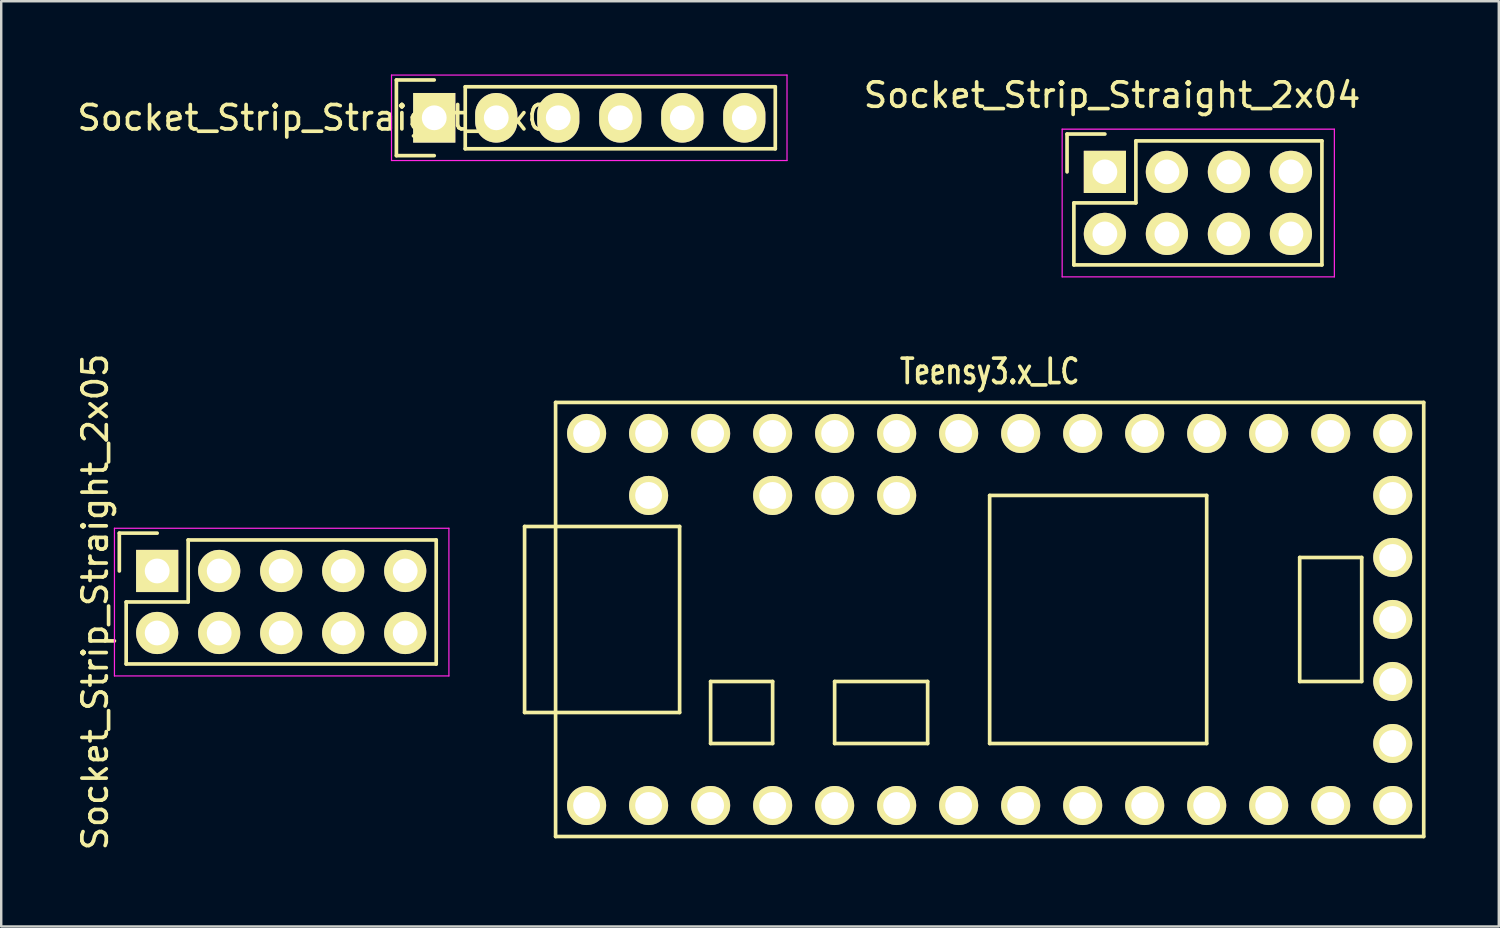
<source format=kicad_pcb>
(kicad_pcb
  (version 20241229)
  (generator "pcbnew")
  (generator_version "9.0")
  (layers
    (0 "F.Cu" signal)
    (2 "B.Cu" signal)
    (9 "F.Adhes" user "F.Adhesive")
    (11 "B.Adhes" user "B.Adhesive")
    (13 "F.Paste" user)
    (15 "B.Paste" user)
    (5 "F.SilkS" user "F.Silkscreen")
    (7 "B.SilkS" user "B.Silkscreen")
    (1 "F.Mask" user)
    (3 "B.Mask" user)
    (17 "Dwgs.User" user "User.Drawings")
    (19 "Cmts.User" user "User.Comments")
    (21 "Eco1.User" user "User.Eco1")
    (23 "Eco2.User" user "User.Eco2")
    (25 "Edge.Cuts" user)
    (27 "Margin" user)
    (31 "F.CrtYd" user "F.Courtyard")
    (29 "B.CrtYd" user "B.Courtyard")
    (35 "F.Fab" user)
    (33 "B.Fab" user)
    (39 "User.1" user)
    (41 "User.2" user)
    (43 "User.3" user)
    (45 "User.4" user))
  (footprint "Socket_Strip_Straight_1x06"
    (layer "F.Cu")
    (at 14.737 1.775)
    (property "Reference" "Socket_Strip_Straight_1x06" (at -4.445 0 0) (layer "F.SilkS") (effects (font (size 1 1) (thickness 0.15))))
    (attr through_hole)
    (fp_line (start -1.55 -1.55) (end -1.55 1.55) (stroke (width 0.15) (type solid)) (layer "F.SilkS"))
    (fp_line (start -1.55 1.55) (end 0 1.55) (stroke (width 0.15) (type solid)) (layer "F.SilkS"))
    (fp_line (start 0 -1.55) (end -1.55 -1.55) (stroke (width 0.15) (type solid)) (layer "F.SilkS"))
    (fp_line (start 1.27 1.27) (end 1.27 -1.27) (stroke (width 0.15) (type solid)) (layer "F.SilkS"))
    (fp_line (start 1.27 1.27) (end 13.97 1.27) (stroke (width 0.15) (type solid)) (layer "F.SilkS"))
    (fp_line (start 13.97 -1.27) (end 1.27 -1.27) (stroke (width 0.15) (type solid)) (layer "F.SilkS"))
    (fp_line (start 13.97 1.27) (end 13.97 -1.27) (stroke (width 0.15) (type solid)) (layer "F.SilkS"))
    (fp_line (start -1.75 -1.75) (end -1.75 1.75) (stroke (width 0.05) (type solid)) (layer "F.CrtYd"))
    (fp_line (start -1.75 -1.75) (end 14.45 -1.75) (stroke (width 0.05) (type solid)) (layer "F.CrtYd"))
    (fp_line (start -1.75 1.75) (end 14.45 1.75) (stroke (width 0.05) (type solid)) (layer "F.CrtYd"))
    (fp_line (start 14.45 -1.75) (end 14.45 1.75) (stroke (width 0.05) (type solid)) (layer "F.CrtYd"))
    (pad "1" thru_hole rect (at 0 0) (size 1.727 2.032) (drill 1.016) (layers "*.Cu" "*.Mask" "F.SilkS"))
    (pad "2" thru_hole oval (at 2.54 0) (size 1.727 2.032) (drill 1.016) (layers "*.Cu" "*.Mask" "F.SilkS"))
    (pad "3" thru_hole oval (at 5.08 0) (size 1.727 2.032) (drill 1.016) (layers "*.Cu" "*.Mask" "F.SilkS"))
    (pad "4" thru_hole oval (at 7.62 0) (size 1.727 2.032) (drill 1.016) (layers "*.Cu" "*.Mask" "F.SilkS"))
    (pad "5" thru_hole oval (at 10.16 0) (size 1.727 2.032) (drill 1.016) (layers "*.Cu" "*.Mask" "F.SilkS"))
    (pad "6" thru_hole oval (at 12.7 0) (size 1.727 2.032) (drill 1.016) (layers "*.Cu" "*.Mask" "F.SilkS")))
  (footprint "Socket_Strip_Straight_2x04"
    (layer "F.Cu")
    (at 42.208 3.991)
    (property "Reference" "Socket_Strip_Straight_2x04" (at 0.295 -3.143 0) (layer "F.SilkS") (effects (font (size 1 1) (thickness 0.15))))
    (attr through_hole)
    (fp_line (start -1.55 -1.55) (end -1.55 0) (stroke (width 0.15) (type solid)) (layer "F.SilkS"))
    (fp_line (start -1.27 1.27) (end 1.27 1.27) (stroke (width 0.15) (type solid)) (layer "F.SilkS"))
    (fp_line (start -1.27 3.81) (end -1.27 1.27) (stroke (width 0.15) (type solid)) (layer "F.SilkS"))
    (fp_line (start 0 -1.55) (end -1.55 -1.55) (stroke (width 0.15) (type solid)) (layer "F.SilkS"))
    (fp_line (start 1.27 -1.27) (end 8.89 -1.27) (stroke (width 0.15) (type solid)) (layer "F.SilkS"))
    (fp_line (start 1.27 1.27) (end 1.27 -1.27) (stroke (width 0.15) (type solid)) (layer "F.SilkS"))
    (fp_line (start 8.89 -1.27) (end 8.89 3.81) (stroke (width 0.15) (type solid)) (layer "F.SilkS"))
    (fp_line (start 8.89 3.81) (end -1.27 3.81) (stroke (width 0.15) (type solid)) (layer "F.SilkS"))
    (fp_line (start -1.75 -1.75) (end -1.75 4.3) (stroke (width 0.05) (type solid)) (layer "F.CrtYd"))
    (fp_line (start -1.75 -1.75) (end 9.4 -1.75) (stroke (width 0.05) (type solid)) (layer "F.CrtYd"))
    (fp_line (start -1.75 4.3) (end 9.4 4.3) (stroke (width 0.05) (type solid)) (layer "F.CrtYd"))
    (fp_line (start 9.4 -1.75) (end 9.4 4.3) (stroke (width 0.05) (type solid)) (layer "F.CrtYd"))
    (pad "1" thru_hole rect (at 0 0) (size 1.727 1.727) (drill 1.016) (layers "*.Cu" "*.Mask" "F.SilkS"))
    (pad "2" thru_hole oval (at 0 2.54) (size 1.727 1.727) (drill 1.016) (layers "*.Cu" "*.Mask" "F.SilkS"))
    (pad "3" thru_hole oval (at 2.54 0) (size 1.727 1.727) (drill 1.016) (layers "*.Cu" "*.Mask" "F.SilkS"))
    (pad "4" thru_hole oval (at 2.54 2.54) (size 1.727 1.727) (drill 1.016) (layers "*.Cu" "*.Mask" "F.SilkS"))
    (pad "5" thru_hole oval (at 5.08 0) (size 1.727 1.727) (drill 1.016) (layers "*.Cu" "*.Mask" "F.SilkS"))
    (pad "6" thru_hole oval (at 5.08 2.54) (size 1.727 1.727) (drill 1.016) (layers "*.Cu" "*.Mask" "F.SilkS"))
    (pad "7" thru_hole oval (at 7.62 0) (size 1.727 1.727) (drill 1.016) (layers "*.Cu" "*.Mask" "F.SilkS"))
    (pad "8" thru_hole oval (at 7.62 2.54) (size 1.727 1.727) (drill 1.016) (layers "*.Cu" "*.Mask" "F.SilkS")))
  (footprint "Teensy3.x_LC"
    (layer "F.Cu")
    (at 37.488 22.325)
    (property "Reference" "Teensy3.x_LC" (at 0 -10.16 0) (layer "F.SilkS") (effects (font (size 1 0.75) (thickness 0.15))))
    (attr through_hole)
    (fp_line (start -19.05 -3.81) (end -17.78 -3.81) (stroke (width 0.15) (type solid)) (layer "F.SilkS"))
    (fp_line (start -19.05 3.81) (end -19.05 -3.81) (stroke (width 0.15) (type solid)) (layer "F.SilkS"))
    (fp_line (start -17.78 -8.89) (end 17.78 -8.89) (stroke (width 0.15) (type solid)) (layer "F.SilkS"))
    (fp_line (start -17.78 3.81) (end -19.05 3.81) (stroke (width 0.15) (type solid)) (layer "F.SilkS"))
    (fp_line (start -17.78 8.89) (end -17.78 -8.89) (stroke (width 0.15) (type solid)) (layer "F.SilkS"))
    (fp_line (start -12.7 -3.81) (end -17.78 -3.81) (stroke (width 0.15) (type solid)) (layer "F.SilkS"))
    (fp_line (start -12.7 3.81) (end -17.78 3.81) (stroke (width 0.15) (type solid)) (layer "F.SilkS"))
    (fp_line (start -12.7 3.81) (end -12.7 -3.81) (stroke (width 0.15) (type solid)) (layer "F.SilkS"))
    (fp_line (start -11.43 2.54) (end -11.43 5.08) (stroke (width 0.15) (type solid)) (layer "F.SilkS"))
    (fp_line (start -11.43 5.08) (end -8.89 5.08) (stroke (width 0.15) (type solid)) (layer "F.SilkS"))
    (fp_line (start -8.89 2.54) (end -11.43 2.54) (stroke (width 0.15) (type solid)) (layer "F.SilkS"))
    (fp_line (start -8.89 5.08) (end -8.89 2.54) (stroke (width 0.15) (type solid)) (layer "F.SilkS"))
    (fp_line (start -6.35 2.54) (end -6.35 5.08) (stroke (width 0.15) (type solid)) (layer "F.SilkS"))
    (fp_line (start -6.35 5.08) (end -2.54 5.08) (stroke (width 0.15) (type solid)) (layer "F.SilkS"))
    (fp_line (start -2.54 2.54) (end -6.35 2.54) (stroke (width 0.15) (type solid)) (layer "F.SilkS"))
    (fp_line (start -2.54 5.08) (end -2.54 2.54) (stroke (width 0.15) (type solid)) (layer "F.SilkS"))
    (fp_line (start 0 -5.08) (end 0 5.08) (stroke (width 0.15) (type solid)) (layer "F.SilkS"))
    (fp_line (start 8.89 -5.08) (end 0 -5.08) (stroke (width 0.15) (type solid)) (layer "F.SilkS"))
    (fp_line (start 8.89 5.08) (end 0 5.08) (stroke (width 0.15) (type solid)) (layer "F.SilkS"))
    (fp_line (start 8.89 5.08) (end 8.89 -5.08) (stroke (width 0.15) (type solid)) (layer "F.SilkS"))
    (fp_line (start 12.7 -2.54) (end 15.24 -2.54) (stroke (width 0.15) (type solid)) (layer "F.SilkS"))
    (fp_line (start 12.7 2.54) (end 12.7 -2.54) (stroke (width 0.15) (type solid)) (layer "F.SilkS"))
    (fp_line (start 15.24 -2.54) (end 15.24 2.54) (stroke (width 0.15) (type solid)) (layer "F.SilkS"))
    (fp_line (start 15.24 2.54) (end 12.7 2.54) (stroke (width 0.15) (type solid)) (layer "F.SilkS"))
    (fp_line (start 17.78 -8.89) (end 17.78 8.89) (stroke (width 0.15) (type solid)) (layer "F.SilkS"))
    (fp_line (start 17.78 8.89) (end -17.78 8.89) (stroke (width 0.15) (type solid)) (layer "F.SilkS"))
    (pad "1" thru_hole circle (at -16.51 7.62) (size 1.6 1.6) (drill 1.1) (layers "*.Cu" "*.Mask" "F.SilkS"))
    (pad "2" thru_hole circle (at -13.97 7.62) (size 1.6 1.6) (drill 1.1) (layers "*.Cu" "*.Mask" "F.SilkS"))
    (pad "3" thru_hole circle (at -11.43 7.62) (size 1.6 1.6) (drill 1.1) (layers "*.Cu" "*.Mask" "F.SilkS"))
    (pad "4" thru_hole circle (at -8.89 7.62) (size 1.6 1.6) (drill 1.1) (layers "*.Cu" "*.Mask" "F.SilkS"))
    (pad "5" thru_hole circle (at -6.35 7.62) (size 1.6 1.6) (drill 1.1) (layers "*.Cu" "*.Mask" "F.SilkS"))
    (pad "6" thru_hole circle (at -3.81 7.62) (size 1.6 1.6) (drill 1.1) (layers "*.Cu" "*.Mask" "F.SilkS"))
    (pad "7" thru_hole circle (at -1.27 7.62) (size 1.6 1.6) (drill 1.1) (layers "*.Cu" "*.Mask" "F.SilkS"))
    (pad "8" thru_hole circle (at 1.27 7.62) (size 1.6 1.6) (drill 1.1) (layers "*.Cu" "*.Mask" "F.SilkS"))
    (pad "9" thru_hole circle (at 3.81 7.62) (size 1.6 1.6) (drill 1.1) (layers "*.Cu" "*.Mask" "F.SilkS"))
    (pad "10" thru_hole circle (at 6.35 7.62) (size 1.6 1.6) (drill 1.1) (layers "*.Cu" "*.Mask" "F.SilkS"))
    (pad "11" thru_hole circle (at 8.89 7.62) (size 1.6 1.6) (drill 1.1) (layers "*.Cu" "*.Mask" "F.SilkS"))
    (pad "12" thru_hole circle (at 11.43 7.62) (size 1.6 1.6) (drill 1.1) (layers "*.Cu" "*.Mask" "F.SilkS"))
    (pad "13" thru_hole circle (at 13.97 7.62) (size 1.6 1.6) (drill 1.1) (layers "*.Cu" "*.Mask" "F.SilkS"))
    (pad "14" thru_hole circle (at 16.51 7.62) (size 1.6 1.6) (drill 1.1) (layers "*.Cu" "*.Mask" "F.SilkS"))
    (pad "15" thru_hole circle (at 16.51 5.08) (size 1.6 1.6) (drill 1.1) (layers "*.Cu" "*.Mask" "F.SilkS"))
    (pad "16" thru_hole circle (at 16.51 2.54) (size 1.6 1.6) (drill 1.1) (layers "*.Cu" "*.Mask" "F.SilkS"))
    (pad "17" thru_hole circle (at 16.51 0) (size 1.6 1.6) (drill 1.1) (layers "*.Cu" "*.Mask" "F.SilkS"))
    (pad "18" thru_hole circle (at 16.51 -2.54) (size 1.6 1.6) (drill 1.1) (layers "*.Cu" "*.Mask" "F.SilkS"))
    (pad "19" thru_hole circle (at 16.51 -5.08) (size 1.6 1.6) (drill 1.1) (layers "*.Cu" "*.Mask" "F.SilkS"))
    (pad "20" thru_hole circle (at 16.51 -7.62) (size 1.6 1.6) (drill 1.1) (layers "*.Cu" "*.Mask" "F.SilkS"))
    (pad "21" thru_hole circle (at 13.97 -7.62) (size 1.6 1.6) (drill 1.1) (layers "*.Cu" "*.Mask" "F.SilkS"))
    (pad "22" thru_hole circle (at 11.43 -7.62) (size 1.6 1.6) (drill 1.1) (layers "*.Cu" "*.Mask" "F.SilkS"))
    (pad "23" thru_hole circle (at 8.89 -7.62) (size 1.6 1.6) (drill 1.1) (layers "*.Cu" "*.Mask" "F.SilkS"))
    (pad "24" thru_hole circle (at 6.35 -7.62) (size 1.6 1.6) (drill 1.1) (layers "*.Cu" "*.Mask" "F.SilkS"))
    (pad "25" thru_hole circle (at 3.81 -7.62) (size 1.6 1.6) (drill 1.1) (layers "*.Cu" "*.Mask" "F.SilkS"))
    (pad "26" thru_hole circle (at 1.27 -7.62) (size 1.6 1.6) (drill 1.1) (layers "*.Cu" "*.Mask" "F.SilkS"))
    (pad "27" thru_hole circle (at -1.27 -7.62) (size 1.6 1.6) (drill 1.1) (layers "*.Cu" "*.Mask" "F.SilkS"))
    (pad "28" thru_hole circle (at -3.81 -7.62) (size 1.6 1.6) (drill 1.1) (layers "*.Cu" "*.Mask" "F.SilkS"))
    (pad "29" thru_hole circle (at -6.35 -7.62) (size 1.6 1.6) (drill 1.1) (layers "*.Cu" "*.Mask" "F.SilkS"))
    (pad "30" thru_hole circle (at -8.89 -7.62) (size 1.6 1.6) (drill 1.1) (layers "*.Cu" "*.Mask" "F.SilkS"))
    (pad "31" thru_hole circle (at -11.43 -7.62) (size 1.6 1.6) (drill 1.1) (layers "*.Cu" "*.Mask" "F.SilkS"))
    (pad "32" thru_hole circle (at -13.97 -7.62) (size 1.6 1.6) (drill 1.1) (layers "*.Cu" "*.Mask" "F.SilkS"))
    (pad "33" thru_hole circle (at -16.51 -7.62) (size 1.6 1.6) (drill 1.1) (layers "*.Cu" "*.Mask" "F.SilkS"))
    (pad "34" thru_hole circle (at -13.97 -5.08) (size 1.6 1.6) (drill 1.1) (layers "*.Cu" "*.Mask" "F.SilkS"))
    (pad "35" thru_hole circle (at -8.89 -5.08) (size 1.6 1.6) (drill 1.1) (layers "*.Cu" "*.Mask" "F.SilkS"))
    (pad "36" thru_hole circle (at -6.35 -5.08) (size 1.6 1.6) (drill 1.1) (layers "*.Cu" "*.Mask" "F.SilkS"))
    (pad "37" thru_hole circle (at -3.81 -5.08) (size 1.6 1.6) (drill 1.1) (layers "*.Cu" "*.Mask" "F.SilkS")))
  (footprint "Socket_Strip_Straight_2x05"
    (layer "F.Cu")
    (at 3.388 20.338)
    (property "Reference" "Socket_Strip_Straight_2x05" (at -2.54 1.27 270) (layer "F.SilkS") (effects (font (size 1 1) (thickness 0.15))))
    (attr through_hole)
    (fp_line (start -1.55 -1.55) (end -1.55 0) (stroke (width 0.15) (type solid)) (layer "F.SilkS"))
    (fp_line (start -1.27 1.27) (end 1.27 1.27) (stroke (width 0.15) (type solid)) (layer "F.SilkS"))
    (fp_line (start -1.27 3.81) (end -1.27 1.27) (stroke (width 0.15) (type solid)) (layer "F.SilkS"))
    (fp_line (start -1.27 3.81) (end 11.43 3.81) (stroke (width 0.15) (type solid)) (layer "F.SilkS"))
    (fp_line (start 0 -1.55) (end -1.55 -1.55) (stroke (width 0.15) (type solid)) (layer "F.SilkS"))
    (fp_line (start 1.27 1.27) (end 1.27 -1.27) (stroke (width 0.15) (type solid)) (layer "F.SilkS"))
    (fp_line (start 11.43 -1.27) (end 1.27 -1.27) (stroke (width 0.15) (type solid)) (layer "F.SilkS"))
    (fp_line (start 11.43 3.81) (end 11.43 -1.27) (stroke (width 0.15) (type solid)) (layer "F.SilkS"))
    (fp_line (start -1.75 -1.75) (end -1.75 4.3) (stroke (width 0.05) (type solid)) (layer "F.CrtYd"))
    (fp_line (start -1.75 -1.75) (end 11.95 -1.75) (stroke (width 0.05) (type solid)) (layer "F.CrtYd"))
    (fp_line (start -1.75 4.3) (end 11.95 4.3) (stroke (width 0.05) (type solid)) (layer "F.CrtYd"))
    (fp_line (start 11.95 -1.75) (end 11.95 4.3) (stroke (width 0.05) (type solid)) (layer "F.CrtYd"))
    (pad "1" thru_hole rect (at 0 0) (size 1.727 1.727) (drill 1.016) (layers "*.Cu" "*.Mask" "F.SilkS"))
    (pad "2" thru_hole oval (at 0 2.54) (size 1.727 1.727) (drill 1.016) (layers "*.Cu" "*.Mask" "F.SilkS"))
    (pad "3" thru_hole oval (at 2.54 0) (size 1.727 1.727) (drill 1.016) (layers "*.Cu" "*.Mask" "F.SilkS"))
    (pad "4" thru_hole oval (at 2.54 2.54) (size 1.727 1.727) (drill 1.016) (layers "*.Cu" "*.Mask" "F.SilkS"))
    (pad "5" thru_hole oval (at 5.08 0) (size 1.727 1.727) (drill 1.016) (layers "*.Cu" "*.Mask" "F.SilkS"))
    (pad "6" thru_hole oval (at 5.08 2.54) (size 1.727 1.727) (drill 1.016) (layers "*.Cu" "*.Mask" "F.SilkS"))
    (pad "7" thru_hole oval (at 7.62 0) (size 1.727 1.727) (drill 1.016) (layers "*.Cu" "*.Mask" "F.SilkS"))
    (pad "8" thru_hole oval (at 7.62 2.54) (size 1.727 1.727) (drill 1.016) (layers "*.Cu" "*.Mask" "F.SilkS"))
    (pad "9" thru_hole oval (at 10.16 0) (size 1.727 1.727) (drill 1.016) (layers "*.Cu" "*.Mask" "F.SilkS"))
    (pad "10" thru_hole oval (at 10.16 2.54) (size 1.727 1.727) (drill 1.016) (layers "*.Cu" "*.Mask" "F.SilkS")))
  (gr_rect
    (start -3 -3)
    (end 58.343 34.9)
    (stroke (width 0.1) (type default))
    (fill no)
    (layer "Edge.Cuts")))
</source>
